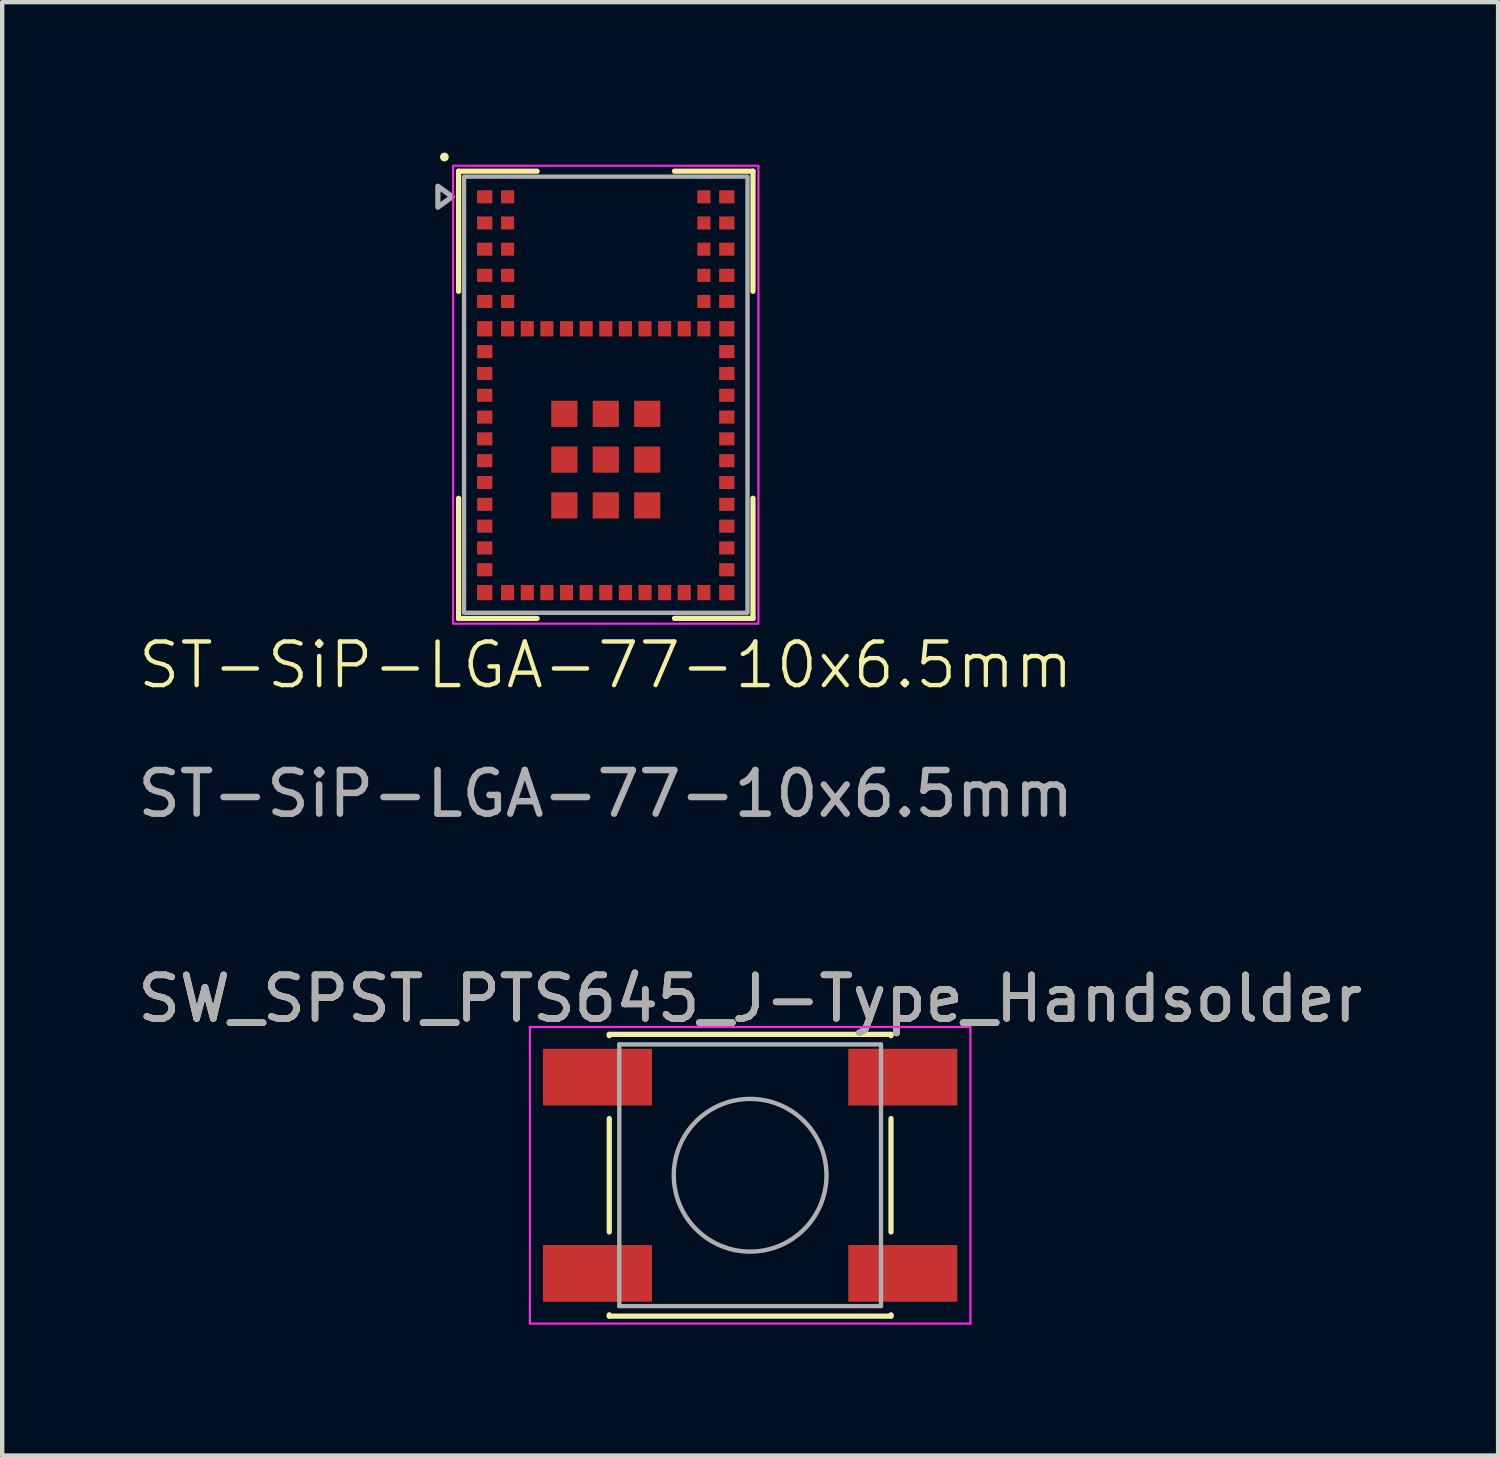
<source format=kicad_pcb>
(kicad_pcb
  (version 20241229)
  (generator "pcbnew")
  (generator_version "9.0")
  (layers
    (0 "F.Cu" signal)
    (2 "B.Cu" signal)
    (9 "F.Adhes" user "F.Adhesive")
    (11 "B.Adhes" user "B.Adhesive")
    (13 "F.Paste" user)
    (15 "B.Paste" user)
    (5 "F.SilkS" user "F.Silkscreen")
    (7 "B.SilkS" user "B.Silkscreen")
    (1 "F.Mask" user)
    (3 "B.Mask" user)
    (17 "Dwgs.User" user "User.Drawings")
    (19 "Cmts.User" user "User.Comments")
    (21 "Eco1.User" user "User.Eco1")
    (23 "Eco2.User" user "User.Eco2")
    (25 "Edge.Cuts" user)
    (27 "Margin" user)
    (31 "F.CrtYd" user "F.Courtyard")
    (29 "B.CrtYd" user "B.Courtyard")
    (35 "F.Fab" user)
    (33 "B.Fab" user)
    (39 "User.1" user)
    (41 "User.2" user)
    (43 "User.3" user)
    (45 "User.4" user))
  (footprint "ST-SiP-LGA-77-10x6.5mm"
    (layer "F.Cu")
    (at 10.839 6)
    (property "Reference" "ST-SiP-LGA-77-10x6.5mm" (at 0 6.2 0) (unlocked yes) (layer "F.SilkS") (effects (font (size 1 1) (thickness 0.1))))
    (attr smd)
    (fp_line (start -3.375 -5.125) (end -3.375 -2.37) (stroke (width 0.12) (type solid)) (layer "F.SilkS"))
    (fp_line (start -3.375 5.13) (end -3.375 2.375) (stroke (width 0.12) (type solid)) (layer "F.SilkS"))
    (fp_line (start -1.575 -5.125) (end -3.375 -5.125) (stroke (width 0.12) (type solid)) (layer "F.SilkS"))
    (fp_line (start -1.575 5.13) (end -3.375 5.13) (stroke (width 0.12) (type solid)) (layer "F.SilkS"))
    (fp_line (start 1.575 -5.125) (end 3.375 -5.125) (stroke (width 0.12) (type solid)) (layer "F.SilkS"))
    (fp_line (start 1.575 5.128) (end 3.375 5.128) (stroke (width 0.12) (type solid)) (layer "F.SilkS"))
    (fp_line (start 3.375 -5.125) (end 3.375 -2.37) (stroke (width 0.12) (type solid)) (layer "F.SilkS"))
    (fp_line (start 3.375 5.128) (end 3.375 2.373) (stroke (width 0.12) (type solid)) (layer "F.SilkS"))
    (fp_circle (center -3.7 -5.45) (end -3.65 -5.45) (stroke (width 0.1) (type solid)) (fill yes) (layer "F.SilkS"))
    (fp_rect (start -3.5 -5.25) (end 3.5 5.25) (stroke (width 0.05) (type default)) (fill no) (layer "F.CrtYd"))
    (fp_rect (start -3.25 -5) (end 3.25 5) (stroke (width 0.1) (type default)) (fill no) (layer "F.Fab"))
    (fp_poly (pts (xy -3.52 -4.54) (xy -3.85 -4.3) (xy -3.85 -4.78) (xy -3.52 -4.54)) (stroke (width 0.12) (type solid)) (fill no) (layer "F.Fab"))
    (fp_text user "${REFERENCE}" (at 0 9.15 0) (unlocked yes) (layer "F.Fab") (effects (font (size 1 1) (thickness 0.15))))
    (pad "1" smd rect (at -2.775 -4.537 180) (size 0.35 0.3) (layers "F.Cu" "F.Mask" "F.Paste"))
    (pad "2" smd rect (at -2.775 -3.938 180) (size 0.35 0.3) (layers "F.Cu" "F.Mask" "F.Paste"))
    (pad "3" smd rect (at -2.775 -3.337 180) (size 0.35 0.3) (layers "F.Cu" "F.Mask" "F.Paste"))
    (pad "4" smd rect (at -2.775 -2.737 180) (size 0.35 0.3) (layers "F.Cu" "F.Mask" "F.Paste"))
    (pad "5" smd rect (at -2.775 -2.138 180) (size 0.35 0.3) (layers "F.Cu" "F.Mask" "F.Paste"))
    (pad "6" smd rect (at -2.775 -1.512) (size 0.35 0.35) (layers "F.Cu" "F.Mask" "F.Paste"))
    (pad "7" smd rect (at -2.775 -0.988) (size 0.35 0.3) (layers "F.Cu" "F.Mask" "F.Paste"))
    (pad "8" smd rect (at -2.775 -0.487) (size 0.35 0.3) (layers "F.Cu" "F.Mask" "F.Paste"))
    (pad "9" smd rect (at -2.775 0.013) (size 0.35 0.3) (layers "F.Cu" "F.Mask" "F.Paste"))
    (pad "10" smd rect (at -2.775 0.512) (size 0.35 0.3) (layers "F.Cu" "F.Mask" "F.Paste"))
    (pad "11" smd rect (at -2.775 1.012) (size 0.35 0.3) (layers "F.Cu" "F.Mask" "F.Paste"))
    (pad "12" smd rect (at -2.775 1.512) (size 0.35 0.3) (layers "F.Cu" "F.Mask" "F.Paste"))
    (pad "13" smd rect (at -2.775 2.013) (size 0.35 0.3) (layers "F.Cu" "F.Mask" "F.Paste"))
    (pad "14" smd rect (at -2.775 2.513) (size 0.35 0.3) (layers "F.Cu" "F.Mask" "F.Paste"))
    (pad "15" smd rect (at -2.775 3.013) (size 0.35 0.3) (layers "F.Cu" "F.Mask" "F.Paste"))
    (pad "16" smd rect (at -2.775 3.513) (size 0.35 0.3) (layers "F.Cu" "F.Mask" "F.Paste"))
    (pad "17" smd rect (at -2.775 4.013) (size 0.35 0.3) (layers "F.Cu" "F.Mask" "F.Paste"))
    (pad "18" smd rect (at -2.775 4.537) (size 0.35 0.35) (layers "F.Cu" "F.Mask" "F.Paste"))
    (pad "19" smd rect (at -2.25 4.537 270) (size 0.35 0.3) (layers "F.Cu" "F.Mask" "F.Paste"))
    (pad "20" smd rect (at -1.8 4.537 270) (size 0.35 0.3) (layers "F.Cu" "F.Mask" "F.Paste"))
    (pad "21" smd rect (at -1.35 4.537 270) (size 0.35 0.3) (layers "F.Cu" "F.Mask" "F.Paste"))
    (pad "22" smd rect (at -0.9 4.537 270) (size 0.35 0.3) (layers "F.Cu" "F.Mask" "F.Paste"))
    (pad "23" smd rect (at -0.45 4.537 270) (size 0.35 0.3) (layers "F.Cu" "F.Mask" "F.Paste"))
    (pad "24" smd rect (at 0 4.537 270) (size 0.35 0.3) (layers "F.Cu" "F.Mask" "F.Paste"))
    (pad "25" smd rect (at 0.45 4.537 270) (size 0.35 0.3) (layers "F.Cu" "F.Mask" "F.Paste"))
    (pad "26" smd rect (at 0.9 4.537 270) (size 0.35 0.3) (layers "F.Cu" "F.Mask" "F.Paste"))
    (pad "27" smd rect (at 1.35 4.537 270) (size 0.35 0.3) (layers "F.Cu" "F.Mask" "F.Paste"))
    (pad "28" smd rect (at 1.8 4.537 270) (size 0.35 0.3) (layers "F.Cu" "F.Mask" "F.Paste"))
    (pad "29" smd rect (at 2.25 4.537 270) (size 0.35 0.3) (layers "F.Cu" "F.Mask" "F.Paste"))
    (pad "30" smd rect (at 2.775 4.537) (size 0.35 0.35) (layers "F.Cu" "F.Mask" "F.Paste"))
    (pad "31" smd rect (at 2.775 4.013) (size 0.35 0.3) (layers "F.Cu" "F.Mask" "F.Paste"))
    (pad "32" smd rect (at 2.775 3.513) (size 0.35 0.3) (layers "F.Cu" "F.Mask" "F.Paste"))
    (pad "33" smd rect (at 2.775 3.013) (size 0.35 0.3) (layers "F.Cu" "F.Mask" "F.Paste"))
    (pad "34" smd rect (at 2.775 2.513) (size 0.35 0.3) (layers "F.Cu" "F.Mask" "F.Paste"))
    (pad "35" smd rect (at 2.775 2.013) (size 0.35 0.3) (layers "F.Cu" "F.Mask" "F.Paste"))
    (pad "36" smd rect (at 2.775 1.512) (size 0.35 0.3) (layers "F.Cu" "F.Mask" "F.Paste"))
    (pad "37" smd rect (at 2.775 1.012) (size 0.35 0.3) (layers "F.Cu" "F.Mask" "F.Paste"))
    (pad "38" smd rect (at 2.775 0.512) (size 0.35 0.3) (layers "F.Cu" "F.Mask" "F.Paste"))
    (pad "39" smd rect (at 2.775 0.013) (size 0.35 0.3) (layers "F.Cu" "F.Mask" "F.Paste"))
    (pad "40" smd rect (at 2.775 -0.487) (size 0.35 0.3) (layers "F.Cu" "F.Mask" "F.Paste"))
    (pad "41" smd rect (at 2.775 -0.988) (size 0.35 0.3) (layers "F.Cu" "F.Mask" "F.Paste"))
    (pad "42" smd rect (at 2.775 -1.512) (size 0.35 0.35) (layers "F.Cu" "F.Mask" "F.Paste"))
    (pad "43" smd rect (at 2.775 -2.138) (size 0.35 0.3) (layers "F.Cu" "F.Mask" "F.Paste"))
    (pad "44" smd rect (at 2.775 -2.737) (size 0.35 0.3) (layers "F.Cu" "F.Mask" "F.Paste"))
    (pad "45" smd rect (at 2.775 -3.337) (size 0.35 0.3) (layers "F.Cu" "F.Mask" "F.Paste"))
    (pad "46" smd rect (at 2.775 -3.938) (size 0.35 0.3) (layers "F.Cu" "F.Mask" "F.Paste"))
    (pad "47" smd rect (at 2.775 -4.537) (size 0.35 0.3) (layers "F.Cu" "F.Mask" "F.Paste"))
    (pad "48" smd rect (at 2.25 -4.537) (size 0.3 0.3) (layers "F.Cu" "F.Mask" "F.Paste"))
    (pad "49" smd rect (at 2.25 -3.938) (size 0.3 0.3) (layers "F.Cu" "F.Mask" "F.Paste"))
    (pad "50" smd rect (at 2.25 -3.337) (size 0.3 0.3) (layers "F.Cu" "F.Mask" "F.Paste"))
    (pad "51" smd rect (at 2.25 -2.737) (size 0.3 0.3) (layers "F.Cu" "F.Mask" "F.Paste"))
    (pad "52" smd rect (at 2.25 -2.138) (size 0.3 0.3) (layers "F.Cu" "F.Mask" "F.Paste"))
    (pad "53" smd rect (at 2.25 -1.512 270) (size 0.35 0.3) (layers "F.Cu" "F.Mask" "F.Paste"))
    (pad "54" smd rect (at 1.8 -1.512 270) (size 0.35 0.3) (layers "F.Cu" "F.Mask" "F.Paste"))
    (pad "55" smd rect (at 1.35 -1.512 270) (size 0.35 0.3) (layers "F.Cu" "F.Mask" "F.Paste"))
    (pad "56" smd rect (at 0.9 -1.512 270) (size 0.35 0.3) (layers "F.Cu" "F.Mask" "F.Paste"))
    (pad "57" smd rect (at 0.45 -1.512 270) (size 0.35 0.3) (layers "F.Cu" "F.Mask" "F.Paste"))
    (pad "58" smd rect (at 0 -1.512 270) (size 0.35 0.3) (layers "F.Cu" "F.Mask" "F.Paste"))
    (pad "59" smd rect (at -0.45 -1.512 270) (size 0.35 0.3) (layers "F.Cu" "F.Mask" "F.Paste"))
    (pad "60" smd rect (at -0.9 -1.512 270) (size 0.35 0.3) (layers "F.Cu" "F.Mask" "F.Paste"))
    (pad "61" smd rect (at -1.35 -1.512 270) (size 0.35 0.3) (layers "F.Cu" "F.Mask" "F.Paste"))
    (pad "62" smd rect (at -1.8 -1.512 270) (size 0.35 0.3) (layers "F.Cu" "F.Mask" "F.Paste"))
    (pad "63" smd rect (at -2.25 -1.512 270) (size 0.35 0.3) (layers "F.Cu" "F.Mask" "F.Paste"))
    (pad "64" smd rect (at -2.25 -2.138 180) (size 0.3 0.3) (layers "F.Cu" "F.Mask" "F.Paste"))
    (pad "65" smd rect (at -2.25 -2.737 180) (size 0.3 0.3) (layers "F.Cu" "F.Mask" "F.Paste"))
    (pad "66" smd rect (at -2.25 -3.337 180) (size 0.3 0.3) (layers "F.Cu" "F.Mask" "F.Paste"))
    (pad "67" smd rect (at -2.25 -3.938 180) (size 0.3 0.3) (layers "F.Cu" "F.Mask" "F.Paste"))
    (pad "68" smd rect (at -2.25 -4.537 180) (size 0.3 0.3) (layers "F.Cu" "F.Mask" "F.Paste"))
    (pad "69" smd rect (at -0.95 0.438) (size 0.6 0.6) (layers "F.Cu" "F.Mask" "F.Paste"))
    (pad "70" smd rect (at -0.95 1.488) (size 0.6 0.6) (layers "F.Cu" "F.Mask" "F.Paste"))
    (pad "71" smd rect (at -0.95 2.538) (size 0.6 0.6) (layers "F.Cu" "F.Mask" "F.Paste"))
    (pad "72" smd rect (at 0 2.538) (size 0.6 0.6) (layers "F.Cu" "F.Mask" "F.Paste"))
    (pad "73" smd rect (at 0 1.488) (size 0.6 0.6) (layers "F.Cu" "F.Mask" "F.Paste"))
    (pad "74" smd rect (at 0 0.438) (size 0.6 0.6) (layers "F.Cu" "F.Mask" "F.Paste"))
    (pad "75" smd rect (at 0.95 0.438) (size 0.6 0.6) (layers "F.Cu" "F.Mask" "F.Paste"))
    (pad "76" smd rect (at 0.95 1.488) (size 0.6 0.6) (layers "F.Cu" "F.Mask" "F.Paste"))
    (pad "77" smd rect (at 0.95 2.538) (size 0.6 0.6) (layers "F.Cu" "F.Mask" "F.Paste"))
    (zone (net_name "") (layers "F.Cu" "B.Cu") (hatch full 0.508) (connect_pads) (min_thickness 0.254) (filled_areas_thickness no) (keepout (tracks allowed) (vias allowed) (pads allowed) (copperpour allowed) (footprints not_allowed)) (placement (enabled no)) (fill) (polygon (pts (xy 13.889 3.5) (xy 6.289 3.5) (xy 6.289 0) (xy 13.889 0)))))
  (footprint "SW_SPST_PTS645_J-Type_Handsolder"
    (layer "F.Cu")
    (at 14.149 23.896)
    (property "Reference" "SW_SPST_PTS645_J-Type_Handsolder" (at 0 -4.05 0) (layer "F.SilkS") (effects (font (size 1 1) (thickness 0.15))))
    (attr smd)
    (fp_line (start -3.23 -3.23) (end 3.23 -3.23) (stroke (width 0.12) (type solid)) (layer "F.SilkS"))
    (fp_line (start -3.23 -3.2) (end -3.23 -3.23) (stroke (width 0.12) (type solid)) (layer "F.SilkS"))
    (fp_line (start -3.23 -1.3) (end -3.23 1.3) (stroke (width 0.12) (type solid)) (layer "F.SilkS"))
    (fp_line (start -3.23 3.23) (end -3.23 3.2) (stroke (width 0.12) (type solid)) (layer "F.SilkS"))
    (fp_line (start -3.23 3.23) (end 3.23 3.23) (stroke (width 0.12) (type solid)) (layer "F.SilkS"))
    (fp_line (start 3.23 -3.23) (end 3.23 -3.2) (stroke (width 0.12) (type solid)) (layer "F.SilkS"))
    (fp_line (start 3.23 -1.3) (end 3.23 1.3) (stroke (width 0.12) (type solid)) (layer "F.SilkS"))
    (fp_line (start 3.23 3.23) (end 3.23 3.2) (stroke (width 0.12) (type solid)) (layer "F.SilkS"))
    (fp_line (start -5.05 -3.4) (end -5.05 3.4) (stroke (width 0.05) (type solid)) (layer "F.CrtYd"))
    (fp_line (start -5.05 -3.4) (end 5.05 -3.4) (stroke (width 0.05) (type solid)) (layer "F.CrtYd"))
    (fp_line (start -5.05 3.4) (end 5.05 3.4) (stroke (width 0.05) (type solid)) (layer "F.CrtYd"))
    (fp_line (start 5.05 3.4) (end 5.05 -3.4) (stroke (width 0.05) (type solid)) (layer "F.CrtYd"))
    (fp_line (start -3 -3) (end -3 3) (stroke (width 0.1) (type solid)) (layer "F.Fab"))
    (fp_line (start -3 3) (end 3 3) (stroke (width 0.1) (type solid)) (layer "F.Fab"))
    (fp_line (start 3 -3) (end -3 -3) (stroke (width 0.1) (type solid)) (layer "F.Fab"))
    (fp_line (start 3 3) (end 3 -3) (stroke (width 0.1) (type solid)) (layer "F.Fab"))
    (fp_circle (center 0 0) (end 1.75 -0.05) (stroke (width 0.1) (type solid)) (fill no) (layer "F.Fab"))
    (fp_text user "${REFERENCE}" (at 0 -4.05 0) (layer "F.Fab") (effects (font (size 1 1) (thickness 0.15))))
    (pad "1" smd rect (at -3.5 -2.25) (size 2.5 1.3) (layers "F.Cu" "F.Mask" "F.Paste"))
    (pad "1" smd rect (at 3.5 -2.25) (size 2.5 1.3) (layers "F.Cu" "F.Mask" "F.Paste"))
    (pad "2" smd rect (at -3.5 2.25) (size 2.5 1.3) (layers "F.Cu" "F.Mask" "F.Paste"))
    (pad "2" smd rect (at 3.5 2.25) (size 2.5 1.3) (layers "F.Cu" "F.Mask" "F.Paste")))
  (gr_rect
    (start -3 -3)
    (end 31.298 30.322)
    (stroke (width 0.1) (type default))
    (fill no)
    (layer "Edge.Cuts")))
</source>
